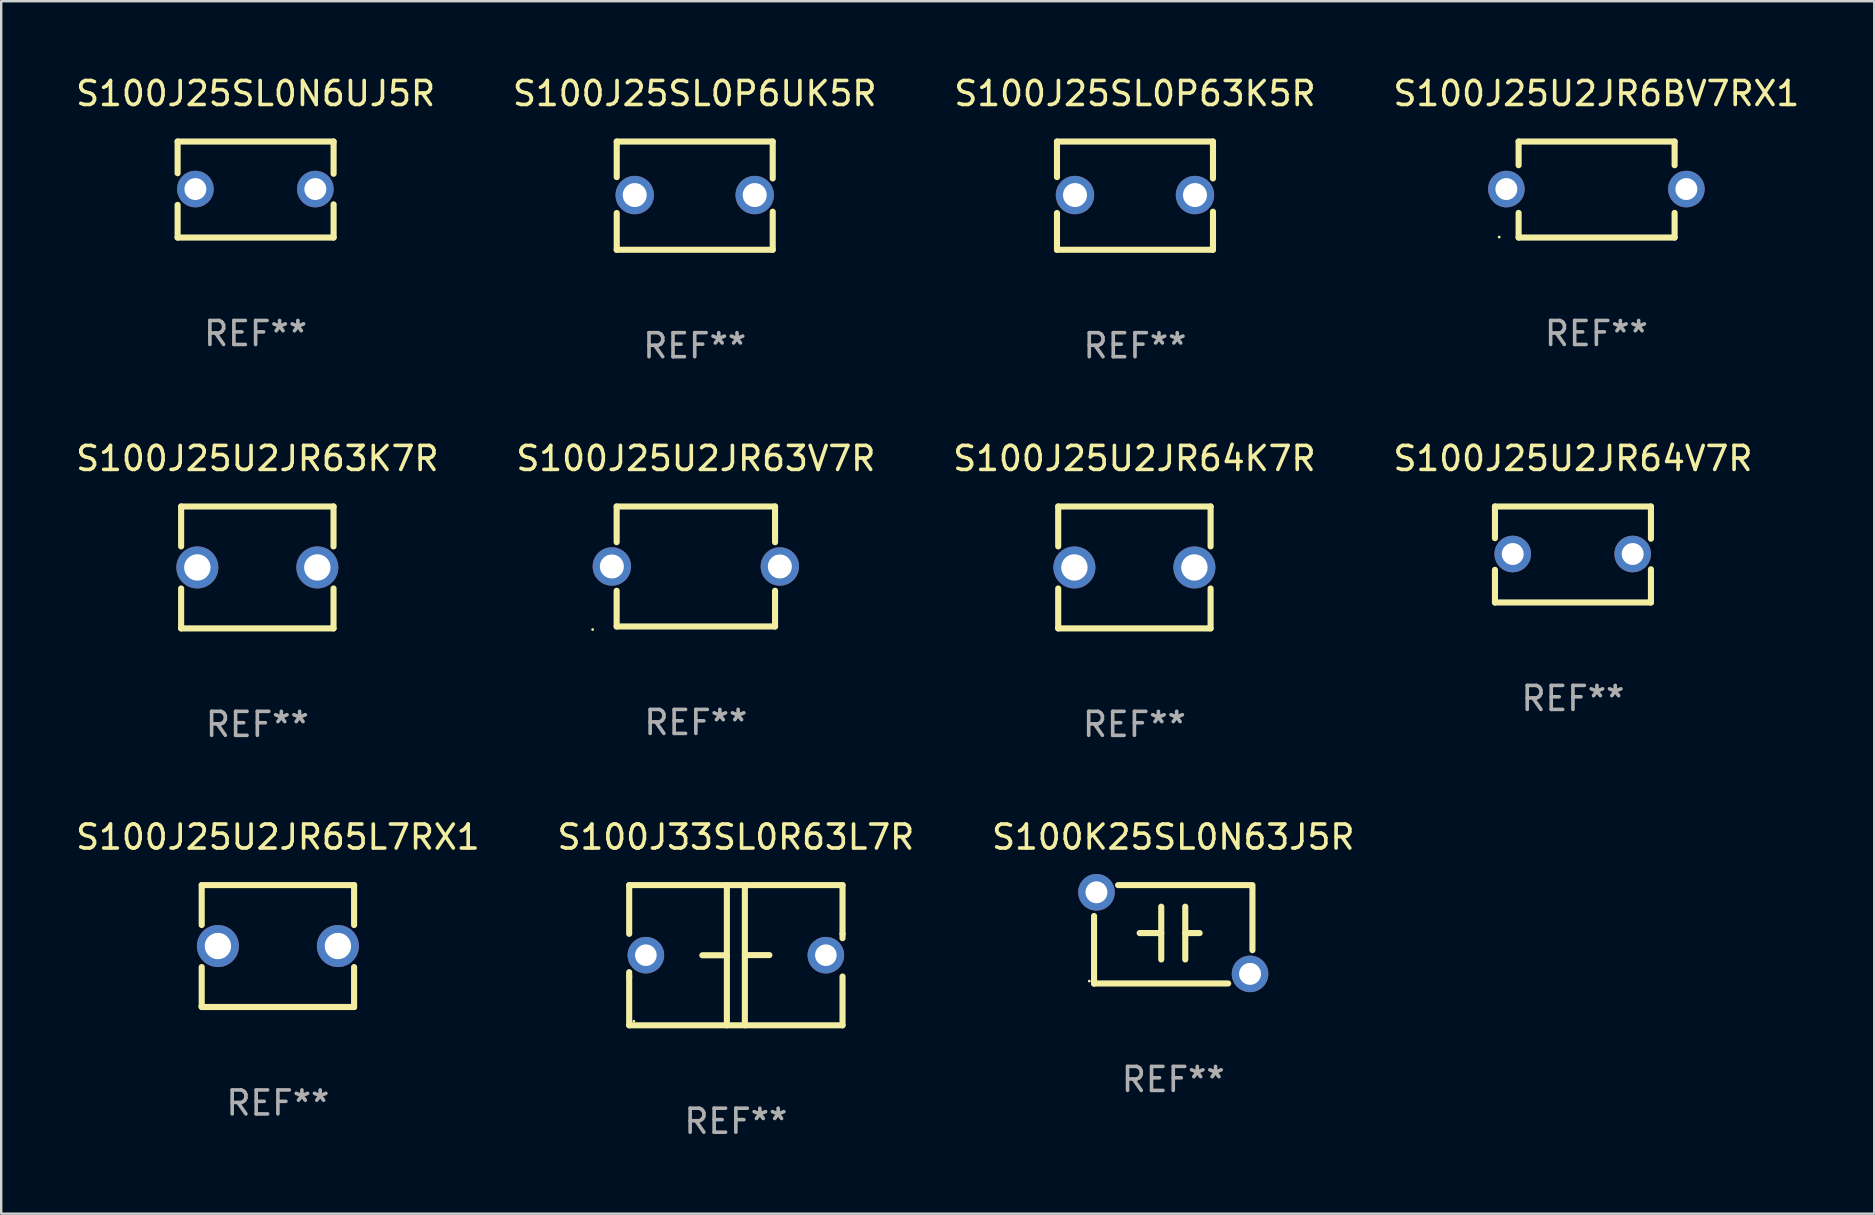
<source format=kicad_pcb>
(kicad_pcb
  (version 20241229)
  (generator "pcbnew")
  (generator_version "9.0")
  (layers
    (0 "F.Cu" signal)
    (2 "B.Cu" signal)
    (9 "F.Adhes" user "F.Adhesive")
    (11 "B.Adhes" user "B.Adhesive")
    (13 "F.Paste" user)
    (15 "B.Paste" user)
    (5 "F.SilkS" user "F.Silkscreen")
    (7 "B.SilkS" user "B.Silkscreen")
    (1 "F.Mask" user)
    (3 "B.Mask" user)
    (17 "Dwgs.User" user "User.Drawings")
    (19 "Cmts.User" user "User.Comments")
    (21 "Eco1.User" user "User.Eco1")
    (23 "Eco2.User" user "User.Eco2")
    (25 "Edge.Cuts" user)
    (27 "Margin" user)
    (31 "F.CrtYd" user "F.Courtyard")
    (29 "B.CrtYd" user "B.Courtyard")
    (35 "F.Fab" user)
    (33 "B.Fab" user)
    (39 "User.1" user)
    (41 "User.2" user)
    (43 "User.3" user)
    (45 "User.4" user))
  (footprint "S100J25SL0P63K5R"
    (layer "F.Cu")
    (at 44.244 5.103)
    (property "Reference" "S100J25SL0P63K5R" (at 0 -4.255 0) (layer "F.SilkS") (effects (font (size 1 1) (thickness 0.15))))
    (attr through_hole)
    (fp_line (start -3.25 -2.255) (end -3.25 -0.772) (stroke (width 0.254) (type solid)) (layer "F.SilkS"))
    (fp_line (start -3.25 -2.255) (end 3.25 -2.255) (stroke (width 0.254) (type solid)) (layer "F.SilkS"))
    (fp_line (start -3.25 0.722) (end -3.25 2.255) (stroke (width 0.254) (type solid)) (layer "F.SilkS"))
    (fp_line (start 3.25 -2.255) (end 3.25 -0.718) (stroke (width 0.254) (type solid)) (layer "F.SilkS"))
    (fp_line (start 3.25 0.668) (end 3.25 2.255) (stroke (width 0.254) (type solid)) (layer "F.SilkS"))
    (fp_line (start 3.25 2.255) (end -3.25 2.255) (stroke (width 0.254) (type solid)) (layer "F.SilkS"))
    (fp_circle (center -3.25 2.225) (end -3.22 2.225) (stroke (width 0.06) (type solid)) (fill no) (layer "F.SilkS"))
    (fp_text user "REF**" (at 0 6.255 0) (layer "F.Fab") (effects (font (size 1 1) (thickness 0.15))))
    (pad "1" thru_hole circle (at -2.5 -0.025) (size 1.6 1.6) (drill 1) (layers "*.Cu" "*.Mask"))
    (pad "2" thru_hole circle (at 2.5 -0.025) (size 1.6 1.6) (drill 1) (layers "*.Cu" "*.Mask")))
  (footprint "S100J25U2JR63K7R"
    (layer "F.Cu")
    (at 7.673 20.595)
    (property "Reference" "S100J25U2JR63K7R" (at 0 -4.54 0) (layer "F.SilkS") (effects (font (size 1 1) (thickness 0.15))))
    (attr through_hole)
    (fp_line (start -3.175 -2.54) (end -3.175 -0.876) (stroke (width 0.254) (type solid)) (layer "F.SilkS"))
    (fp_line (start -3.175 0.876) (end -3.175 2.54) (stroke (width 0.254) (type solid)) (layer "F.SilkS"))
    (fp_line (start -3.175 2.54) (end 3.175 2.54) (stroke (width 0.254) (type solid)) (layer "F.SilkS"))
    (fp_line (start 3.175 -2.54) (end -3.175 -2.54) (stroke (width 0.254) (type solid)) (layer "F.SilkS"))
    (fp_line (start 3.175 -0.876) (end 3.175 -2.54) (stroke (width 0.254) (type solid)) (layer "F.SilkS"))
    (fp_line (start 3.175 2.54) (end 3.175 0.876) (stroke (width 0.254) (type solid)) (layer "F.SilkS"))
    (fp_circle (center -3.25 2.5) (end -3.22 2.5) (stroke (width 0.06) (type solid)) (fill no) (layer "F.SilkS"))
    (fp_text user "REF**" (at 0 6.54 0) (layer "F.Fab") (effects (font (size 1 1) (thickness 0.15))))
    (pad "1" thru_hole circle (at -2.5 0) (size 1.75 1.75) (drill 1.1) (layers "*.Cu" "*.Mask"))
    (pad "2" thru_hole circle (at 2.5 0) (size 1.75 1.75) (drill 1.1) (layers "*.Cu" "*.Mask")))
  (footprint "S100J25U2JR64V7R"
    (layer "F.Cu")
    (at 62.494 20.055)
    (property "Reference" "S100J25U2JR64V7R" (at 0 -4 0) (layer "F.SilkS") (effects (font (size 1 1) (thickness 0.15))))
    (attr through_hole)
    (fp_line (start -3.25 -2) (end -3.25 -0.68) (stroke (width 0.254) (type solid)) (layer "F.SilkS"))
    (fp_line (start -3.25 -2) (end 3.25 -2) (stroke (width 0.254) (type solid)) (layer "F.SilkS"))
    (fp_line (start -3.25 0.64) (end -3.25 2) (stroke (width 0.254) (type solid)) (layer "F.SilkS"))
    (fp_line (start 3.25 -2) (end 3.25 -0.657) (stroke (width 0.254) (type solid)) (layer "F.SilkS"))
    (fp_line (start 3.25 0.617) (end 3.25 2) (stroke (width 0.254) (type solid)) (layer "F.SilkS"))
    (fp_line (start 3.25 2) (end -3.25 2) (stroke (width 0.254) (type solid)) (layer "F.SilkS"))
    (fp_circle (center -3.26 1.98) (end -3.23 1.98) (stroke (width 0.06) (type solid)) (fill no) (layer "F.SilkS"))
    (fp_text user "REF**" (at 0 6 0) (layer "F.Fab") (effects (font (size 1 1) (thickness 0.15))))
    (pad "1" thru_hole circle (at -2.509 -0.02) (size 1.524 1.524) (drill 0.914) (layers "*.Cu" "*.Mask"))
    (pad "2" thru_hole circle (at 2.489 -0.02) (size 1.524 1.524) (drill 0.914) (layers "*.Cu" "*.Mask")))
  (footprint "S100K25SL0N63J5R"
    (layer "F.Cu")
    (at 45.839 35.881)
    (property "Reference" "S100K25SL0N63J5R" (at 0 -4.05 0) (layer "F.SilkS") (effects (font (size 1 1) (thickness 0.15))))
    (attr through_hole)
    (fp_line (start -3.3 2.05) (end -3.3 -0.762) (stroke (width 0.254) (type solid)) (layer "F.SilkS"))
    (fp_line (start -3.3 2.05) (end -3.3 2.05) (stroke (width 0.254) (type solid)) (layer "F.SilkS"))
    (fp_line (start -3.2 -2.05) (end -3.3 -2.05) (stroke (width 0.254) (type solid)) (layer "F.SilkS"))
    (fp_line (start -2.3 -2.05) (end 3.2 -2.05) (stroke (width 0.254) (type solid)) (layer "F.SilkS"))
    (fp_line (start -1.4 -0.05) (end -0.5 -0.05) (stroke (width 0.254) (type solid)) (layer "F.SilkS"))
    (fp_line (start -0.5 -1.15) (end -0.5 1.05) (stroke (width 0.254) (type solid)) (layer "F.SilkS"))
    (fp_line (start 0.5 -1.15) (end 0.5 1.05) (stroke (width 0.254) (type solid)) (layer "F.SilkS"))
    (fp_line (start 1.1 -0.05) (end 0.5 -0.05) (stroke (width 0.254) (type solid)) (layer "F.SilkS"))
    (fp_line (start 2.29 2.05) (end -3.3 2.05) (stroke (width 0.254) (type solid)) (layer "F.SilkS"))
    (fp_line (start 3.3 -2.05) (end 3.3 0.662) (stroke (width 0.254) (type solid)) (layer "F.SilkS"))
    (fp_circle (center -3.5 1.95) (end -3.47 1.95) (stroke (width 0.06) (type solid)) (fill no) (layer "F.SilkS"))
    (fp_text user "REF**" (at 0 6.05 0) (layer "F.Fab") (effects (font (size 1 1) (thickness 0.15))))
    (pad "1" thru_hole circle (at -3.2 -1.75) (size 1.524 1.524) (drill 0.914) (layers "*.Cu" "*.Mask"))
    (pad "2" thru_hole circle (at 3.2 1.65) (size 1.524 1.524) (drill 0.914) (layers "*.Cu" "*.Mask")))
  (footprint "S100J33SL0R63L7R"
    (layer "F.Cu")
    (at 27.613 36.752)
    (property "Reference" "S100J33SL0R63L7R" (at 0 -4.921 0) (layer "F.SilkS") (effects (font (size 1 1) (thickness 0.15))))
    (attr through_hole)
    (fp_line (start -4.445 -2.921) (end 4.445 -2.921) (stroke (width 0.254) (type solid)) (layer "F.SilkS"))
    (fp_line (start -4.445 -0.889) (end -4.445 -2.921) (stroke (width 0.254) (type solid)) (layer "F.SilkS"))
    (fp_line (start -4.445 0.889) (end -4.445 0.708) (stroke (width 0.254) (type solid)) (layer "F.SilkS"))
    (fp_line (start -4.445 2.921) (end -4.445 0.889) (stroke (width 0.254) (type solid)) (layer "F.SilkS"))
    (fp_line (start -0.375 0.004) (end -1.397 0.004) (stroke (width 0.254) (type solid)) (layer "F.SilkS"))
    (fp_line (start -0.375 2.921) (end -0.375 -2.921) (stroke (width 0.254) (type solid)) (layer "F.SilkS"))
    (fp_line (start 0.375 -2.921) (end 0.375 2.921) (stroke (width 0.254) (type solid)) (layer "F.SilkS"))
    (fp_line (start 0.375 -0.004) (end 1.397 -0.004) (stroke (width 0.254) (type solid)) (layer "F.SilkS"))
    (fp_line (start 4.445 -2.921) (end 4.445 -0.889) (stroke (width 0.254) (type solid)) (layer "F.SilkS"))
    (fp_line (start 4.445 -0.889) (end 4.445 -0.708) (stroke (width 0.254) (type solid)) (layer "F.SilkS"))
    (fp_line (start 4.445 0.889) (end 4.445 2.921) (stroke (width 0.254) (type solid)) (layer "F.SilkS"))
    (fp_line (start 4.445 2.921) (end -4.445 2.921) (stroke (width 0.254) (type solid)) (layer "F.SilkS"))
    (fp_circle (center -4.25 2.75) (end -4.22 2.75) (stroke (width 0.06) (type solid)) (fill no) (layer "F.SilkS"))
    (fp_text user "REF**" (at 0 6.921 0) (layer "F.Fab") (effects (font (size 1 1) (thickness 0.15))))
    (pad "1" thru_hole circle (at -3.75 0) (size 1.524 1.524) (drill 0.9) (layers "*.Cu" "*.Mask"))
    (pad "2" thru_hole circle (at 3.75 0) (size 1.524 1.524) (drill 0.9) (layers "*.Cu" "*.Mask")))
  (footprint "S100J25U2JR65L7RX1"
    (layer "F.Cu")
    (at 8.53 36.371)
    (property "Reference" "S100J25U2JR65L7RX1" (at 0 -4.54 0) (layer "F.SilkS") (effects (font (size 1 1) (thickness 0.15))))
    (attr through_hole)
    (fp_line (start -3.175 -2.54) (end -3.175 -0.876) (stroke (width 0.254) (type solid)) (layer "F.SilkS"))
    (fp_line (start -3.175 0.876) (end -3.175 2.54) (stroke (width 0.254) (type solid)) (layer "F.SilkS"))
    (fp_line (start -3.175 2.54) (end 3.175 2.54) (stroke (width 0.254) (type solid)) (layer "F.SilkS"))
    (fp_line (start 3.175 -2.54) (end -3.175 -2.54) (stroke (width 0.254) (type solid)) (layer "F.SilkS"))
    (fp_line (start 3.175 -0.876) (end 3.175 -2.54) (stroke (width 0.254) (type solid)) (layer "F.SilkS"))
    (fp_line (start 3.175 2.54) (end 3.175 0.876) (stroke (width 0.254) (type solid)) (layer "F.SilkS"))
    (fp_circle (center -3.25 2.5) (end -3.22 2.5) (stroke (width 0.06) (type solid)) (fill no) (layer "F.SilkS"))
    (fp_text user "REF**" (at 0 6.54 0) (layer "F.Fab") (effects (font (size 1 1) (thickness 0.15))))
    (pad "1" thru_hole circle (at -2.5 0) (size 1.75 1.75) (drill 1.1) (layers "*.Cu" "*.Mask"))
    (pad "2" thru_hole circle (at 2.5 0) (size 1.75 1.75) (drill 1.1) (layers "*.Cu" "*.Mask")))
  (footprint "S100J25U2JR6BV7RX1"
    (layer "F.Cu")
    (at 63.47 4.848)
    (property "Reference" "S100J25U2JR6BV7RX1" (at 0 -4 0) (layer "F.SilkS") (effects (font (size 1 1) (thickness 0.15))))
    (attr through_hole)
    (fp_line (start -3.24 -2) (end -3.24 -1.013) (stroke (width 0.254) (type solid)) (layer "F.SilkS"))
    (fp_line (start -3.24 -2) (end 3.26 -2) (stroke (width 0.254) (type solid)) (layer "F.SilkS"))
    (fp_line (start -3.24 0.973) (end -3.24 2) (stroke (width 0.254) (type solid)) (layer "F.SilkS"))
    (fp_line (start 3.26 -2) (end 3.26 -1.013) (stroke (width 0.254) (type solid)) (layer "F.SilkS"))
    (fp_line (start 3.26 0.973) (end 3.26 2) (stroke (width 0.254) (type solid)) (layer "F.SilkS"))
    (fp_line (start 3.26 2) (end -3.24 2) (stroke (width 0.254) (type solid)) (layer "F.SilkS"))
    (fp_circle (center -4.05 1.98) (end -4.02 1.98) (stroke (width 0.06) (type solid)) (fill no) (layer "F.SilkS"))
    (fp_text user "REF**" (at 0 6 0) (layer "F.Fab") (effects (font (size 1 1) (thickness 0.15))))
    (pad "1" thru_hole circle (at -3.75 -0.02) (size 1.524 1.524) (drill 0.914) (layers "*.Cu" "*.Mask"))
    (pad "2" thru_hole circle (at 3.75 -0.02) (size 1.524 1.524) (drill 0.914) (layers "*.Cu" "*.Mask")))
  (footprint "S100J25SL0P6UK5R"
    (layer "F.Cu")
    (at 25.899 5.103)
    (property "Reference" "S100J25SL0P6UK5R" (at 0 -4.255 0) (layer "F.SilkS") (effects (font (size 1 1) (thickness 0.15))))
    (attr through_hole)
    (fp_line (start -3.25 -2.255) (end -3.25 -0.772) (stroke (width 0.254) (type solid)) (layer "F.SilkS"))
    (fp_line (start -3.25 -2.255) (end 3.25 -2.255) (stroke (width 0.254) (type solid)) (layer "F.SilkS"))
    (fp_line (start -3.25 0.722) (end -3.25 2.255) (stroke (width 0.254) (type solid)) (layer "F.SilkS"))
    (fp_line (start 3.25 -2.255) (end 3.25 -0.718) (stroke (width 0.254) (type solid)) (layer "F.SilkS"))
    (fp_line (start 3.25 0.668) (end 3.25 2.255) (stroke (width 0.254) (type solid)) (layer "F.SilkS"))
    (fp_line (start 3.25 2.255) (end -3.25 2.255) (stroke (width 0.254) (type solid)) (layer "F.SilkS"))
    (fp_circle (center -3.25 2.225) (end -3.22 2.225) (stroke (width 0.06) (type solid)) (fill no) (layer "F.SilkS"))
    (fp_text user "REF**" (at 0 6.255 0) (layer "F.Fab") (effects (font (size 1 1) (thickness 0.15))))
    (pad "1" thru_hole circle (at -2.5 -0.025) (size 1.6 1.6) (drill 1) (layers "*.Cu" "*.Mask"))
    (pad "2" thru_hole circle (at 2.5 -0.025) (size 1.6 1.6) (drill 1) (layers "*.Cu" "*.Mask")))
  (footprint "S100J25U2JR64K7R"
    (layer "F.Cu")
    (at 44.22 20.595)
    (property "Reference" "S100J25U2JR64K7R" (at 0 -4.54 0) (layer "F.SilkS") (effects (font (size 1 1) (thickness 0.15))))
    (attr through_hole)
    (fp_line (start -3.175 -2.54) (end -3.175 -0.876) (stroke (width 0.254) (type solid)) (layer "F.SilkS"))
    (fp_line (start -3.175 0.876) (end -3.175 2.54) (stroke (width 0.254) (type solid)) (layer "F.SilkS"))
    (fp_line (start -3.175 2.54) (end 3.175 2.54) (stroke (width 0.254) (type solid)) (layer "F.SilkS"))
    (fp_line (start 3.175 -2.54) (end -3.175 -2.54) (stroke (width 0.254) (type solid)) (layer "F.SilkS"))
    (fp_line (start 3.175 -0.876) (end 3.175 -2.54) (stroke (width 0.254) (type solid)) (layer "F.SilkS"))
    (fp_line (start 3.175 2.54) (end 3.175 0.876) (stroke (width 0.254) (type solid)) (layer "F.SilkS"))
    (fp_circle (center -3.25 2.5) (end -3.22 2.5) (stroke (width 0.06) (type solid)) (fill no) (layer "F.SilkS"))
    (fp_text user "REF**" (at 0 6.54 0) (layer "F.Fab") (effects (font (size 1 1) (thickness 0.15))))
    (pad "1" thru_hole circle (at -2.5 0) (size 1.75 1.75) (drill 1.1) (layers "*.Cu" "*.Mask"))
    (pad "2" thru_hole circle (at 2.5 0) (size 1.75 1.75) (drill 1.1) (layers "*.Cu" "*.Mask")))
  (footprint "S100J25U2JR63V7R"
    (layer "F.Cu")
    (at 25.946 20.555)
    (property "Reference" "S100J25U2JR63V7R" (at 0 -4.5 0) (layer "F.SilkS") (effects (font (size 1 1) (thickness 0.15))))
    (attr through_hole)
    (fp_line (start -3.3 -2.5) (end -3.3 -1.012) (stroke (width 0.254) (type solid)) (layer "F.SilkS"))
    (fp_line (start -3.3 -2.5) (end 3.3 -2.5) (stroke (width 0.254) (type solid)) (layer "F.SilkS"))
    (fp_line (start -3.3 1.012) (end -3.3 2.5) (stroke (width 0.254) (type solid)) (layer "F.SilkS"))
    (fp_line (start 3.3 -2.5) (end 3.3 -1.011) (stroke (width 0.254) (type solid)) (layer "F.SilkS"))
    (fp_line (start 3.3 1.011) (end 3.3 2.5) (stroke (width 0.254) (type solid)) (layer "F.SilkS"))
    (fp_line (start 3.3 2.5) (end -3.3 2.5) (stroke (width 0.254) (type solid)) (layer "F.SilkS"))
    (fp_circle (center -4.3 2.627) (end -4.27 2.627) (stroke (width 0.06) (type solid)) (fill no) (layer "F.SilkS"))
    (fp_text user "REF**" (at 0 6.5 0) (layer "F.Fab") (effects (font (size 1 1) (thickness 0.15))))
    (pad "1" thru_hole circle (at -3.5 0) (size 1.6 1.6) (drill 1) (layers "*.Cu" "*.Mask"))
    (pad "2" thru_hole circle (at 3.5 0) (size 1.6 1.6) (drill 1) (layers "*.Cu" "*.Mask")))
  (footprint "S100J25SL0N6UJ5R"
    (layer "F.Cu")
    (at 7.601 4.848)
    (property "Reference" "S100J25SL0N6UJ5R" (at 0 -4 0) (layer "F.SilkS") (effects (font (size 1 1) (thickness 0.15))))
    (attr through_hole)
    (fp_line (start -3.25 -2) (end -3.25 -0.68) (stroke (width 0.254) (type solid)) (layer "F.SilkS"))
    (fp_line (start -3.25 -2) (end 3.25 -2) (stroke (width 0.254) (type solid)) (layer "F.SilkS"))
    (fp_line (start -3.25 0.64) (end -3.25 2) (stroke (width 0.254) (type solid)) (layer "F.SilkS"))
    (fp_line (start 3.25 -2) (end 3.25 -0.657) (stroke (width 0.254) (type solid)) (layer "F.SilkS"))
    (fp_line (start 3.25 0.617) (end 3.25 2) (stroke (width 0.254) (type solid)) (layer "F.SilkS"))
    (fp_line (start 3.25 2) (end -3.25 2) (stroke (width 0.254) (type solid)) (layer "F.SilkS"))
    (fp_circle (center -3.26 1.98) (end -3.23 1.98) (stroke (width 0.06) (type solid)) (fill no) (layer "F.SilkS"))
    (fp_text user "REF**" (at 0 6 0) (layer "F.Fab") (effects (font (size 1 1) (thickness 0.15))))
    (pad "1" thru_hole circle (at -2.509 -0.02) (size 1.524 1.524) (drill 0.914) (layers "*.Cu" "*.Mask"))
    (pad "2" thru_hole circle (at 2.489 -0.02) (size 1.524 1.524) (drill 0.914) (layers "*.Cu" "*.Mask")))
  (gr_rect
    (start -3 -3)
    (end 75.048 47.522)
    (stroke (width 0.1) (type default))
    (fill no)
    (layer "Edge.Cuts")))
</source>
